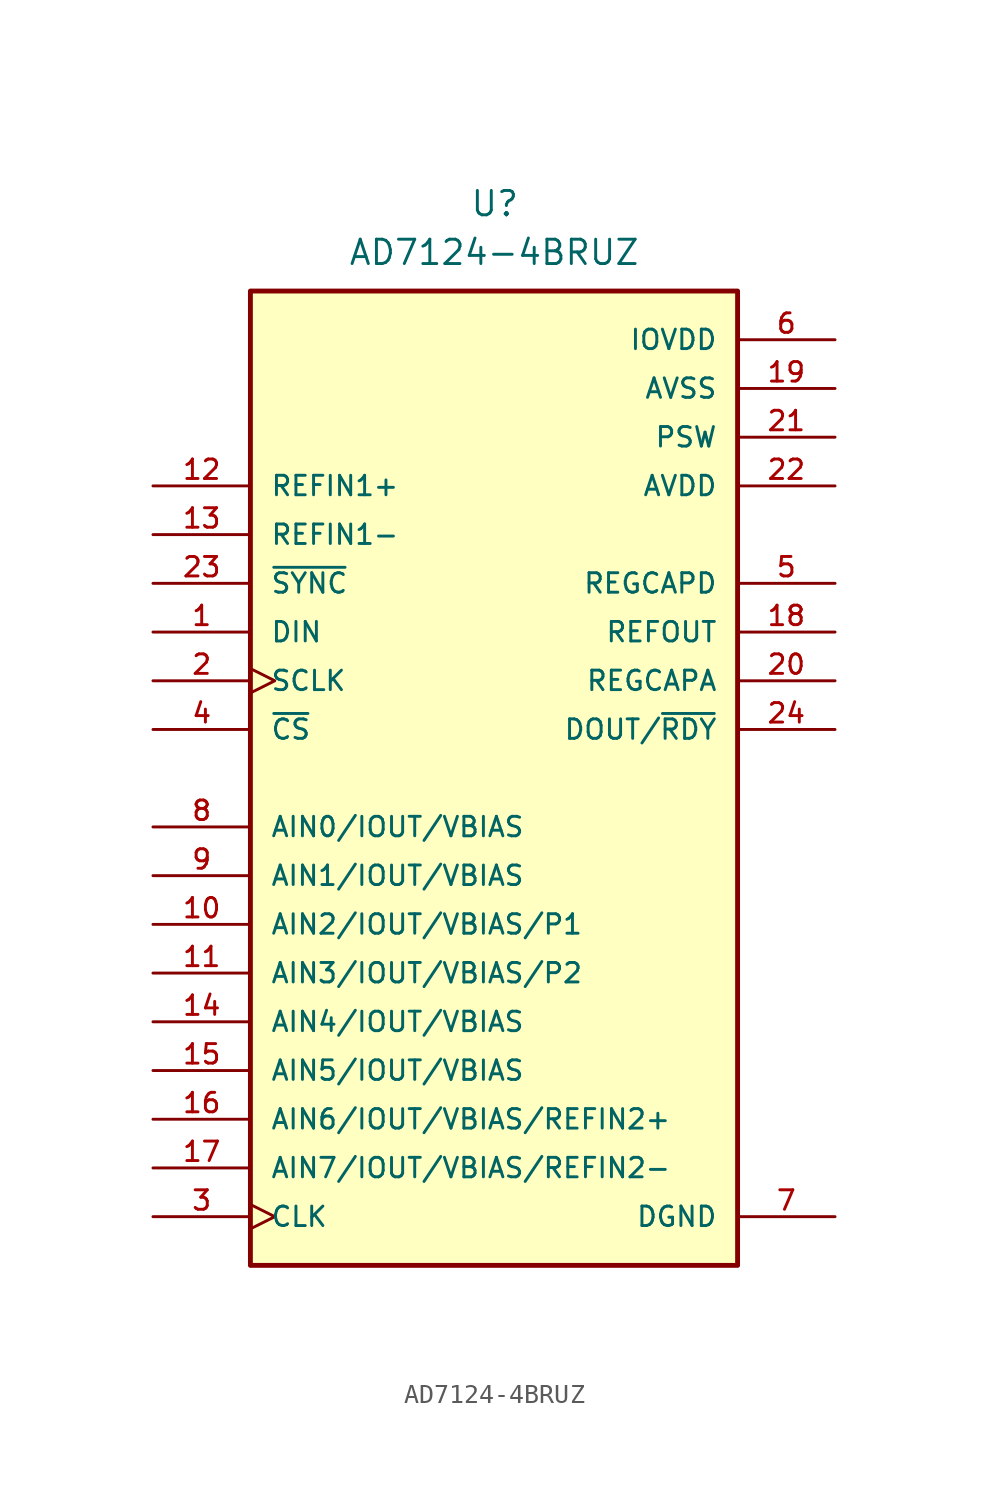
<source format=kicad_sym>
(kicad_symbol_lib
  (version 20231120)
  (generator "kicad_symbol_editor")
  (generator_version "8.0")
  (symbol "AD7124-4BRUZ"
    (pin_names
      (offset 1.016))
    (property "Reference" "U"
      (at -1.27 29.21 0)
      (effects (font (size 1.27 1.27)) (justify left bottom)))
    (property "Value" "AD7124-4BRUZ"
      (at -7.62 26.67 0)
      (effects (font (size 1.27 1.27)) (justify left bottom)))
    (symbol "AD7124-4BRUZ_0_0"
      (rectangle (start -12.7 25.4) (end 12.7 -25.4) (stroke (width 0.254) (type default)) (fill (type background)))
      (pin input line (at -17.78 7.62 0) (length 5.08) (name "DIN" (effects (font (size 1.016 1.016)))) (number "1" (effects (font (size 1.016 1.016)))))
      (pin bidirectional line (at -17.78 -7.62 0) (length 5.08) (name "AIN2/IOUT/VBIAS/P1" (effects (font (size 1.016 1.016)))) (number "10" (effects (font (size 1.016 1.016)))))
      (pin bidirectional line (at -17.78 -10.16 0) (length 5.08) (name "AIN3/IOUT/VBIAS/P2" (effects (font (size 1.016 1.016)))) (number "11" (effects (font (size 1.016 1.016)))))
      (pin input line (at -17.78 15.24 0) (length 5.08) (name "REFIN1+" (effects (font (size 1.016 1.016)))) (number "12" (effects (font (size 1.016 1.016)))))
      (pin input line (at -17.78 12.7 0) (length 5.08) (name "REFIN1-" (effects (font (size 1.016 1.016)))) (number "13" (effects (font (size 1.016 1.016)))))
      (pin bidirectional line (at -17.78 -12.7 0) (length 5.08) (name "AIN4/IOUT/VBIAS" (effects (font (size 1.016 1.016)))) (number "14" (effects (font (size 1.016 1.016)))))
      (pin bidirectional line (at -17.78 -15.24 0) (length 5.08) (name "AIN5/IOUT/VBIAS" (effects (font (size 1.016 1.016)))) (number "15" (effects (font (size 1.016 1.016)))))
      (pin bidirectional line (at -17.78 -17.78 0) (length 5.08) (name "AIN6/IOUT/VBIAS/REFIN2+" (effects (font (size 1.016 1.016)))) (number "16" (effects (font (size 1.016 1.016)))))
      (pin bidirectional line (at -17.78 -20.32 0) (length 5.08) (name "AIN7/IOUT/VBIAS/REFIN2-" (effects (font (size 1.016 1.016)))) (number "17" (effects (font (size 1.016 1.016)))))
      (pin output line (at 17.78 7.62 180) (length 5.08) (name "REFOUT" (effects (font (size 1.016 1.016)))) (number "18" (effects (font (size 1.016 1.016)))))
      (pin power_in line (at 17.78 20.32 180) (length 5.08) (name "AVSS" (effects (font (size 1.016 1.016)))) (number "19" (effects (font (size 1.016 1.016)))))
      (pin input clock (at -17.78 5.08 0) (length 5.08) (name "SCLK" (effects (font (size 1.016 1.016)))) (number "2" (effects (font (size 1.016 1.016)))))
      (pin output line (at 17.78 5.08 180) (length 5.08) (name "REGCAPA" (effects (font (size 1.016 1.016)))) (number "20" (effects (font (size 1.016 1.016)))))
      (pin power_in line (at 17.78 17.78 180) (length 5.08) (name "PSW" (effects (font (size 1.016 1.016)))) (number "21" (effects (font (size 1.016 1.016)))))
      (pin power_in line (at 17.78 15.24 180) (length 5.08) (name "AVDD" (effects (font (size 1.016 1.016)))) (number "22" (effects (font (size 1.016 1.016)))))
      (pin input line (at -17.78 10.16 0) (length 5.08) (name "~{SYNC}" (effects (font (size 1.016 1.016)))) (number "23" (effects (font (size 1.016 1.016)))))
      (pin output line (at 17.78 2.54 180) (length 5.08) (name "DOUT/~{RDY}" (effects (font (size 1.016 1.016)))) (number "24" (effects (font (size 1.016 1.016)))))
      (pin bidirectional clock (at -17.78 -22.86 0) (length 5.08) (name "CLK" (effects (font (size 1.016 1.016)))) (number "3" (effects (font (size 1.016 1.016)))))
      (pin input line (at -17.78 2.54 0) (length 5.08) (name "~{CS}" (effects (font (size 1.016 1.016)))) (number "4" (effects (font (size 1.016 1.016)))))
      (pin output line (at 17.78 10.16 180) (length 5.08) (name "REGCAPD" (effects (font (size 1.016 1.016)))) (number "5" (effects (font (size 1.016 1.016)))))
      (pin power_in line (at 17.78 22.86 180) (length 5.08) (name "IOVDD" (effects (font (size 1.016 1.016)))) (number "6" (effects (font (size 1.016 1.016)))))
      (pin power_in line (at 17.78 -22.86 180) (length 5.08) (name "DGND" (effects (font (size 1.016 1.016)))) (number "7" (effects (font (size 1.016 1.016)))))
      (pin bidirectional line (at -17.78 -2.54 0) (length 5.08) (name "AIN0/IOUT/VBIAS" (effects (font (size 1.016 1.016)))) (number "8" (effects (font (size 1.016 1.016)))))
      (pin bidirectional line (at -17.78 -5.08 0) (length 5.08) (name "AIN1/IOUT/VBIAS" (effects (font (size 1.016 1.016)))) (number "9" (effects (font (size 1.016 1.016))))))))
</source>
